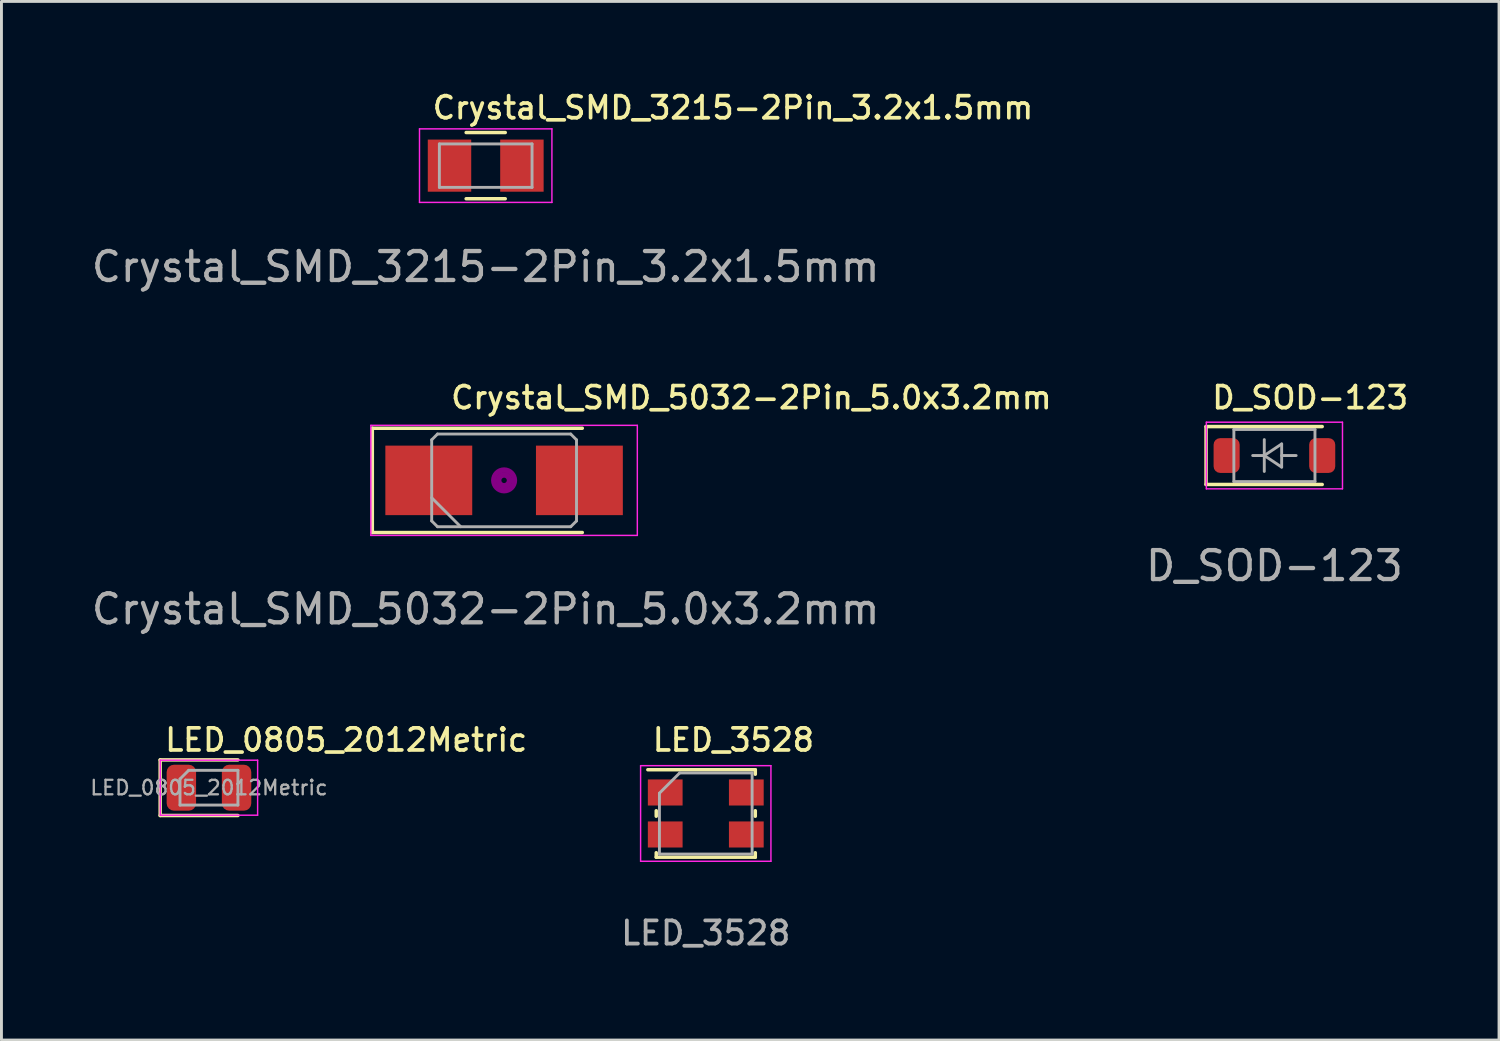
<source format=kicad_pcb>
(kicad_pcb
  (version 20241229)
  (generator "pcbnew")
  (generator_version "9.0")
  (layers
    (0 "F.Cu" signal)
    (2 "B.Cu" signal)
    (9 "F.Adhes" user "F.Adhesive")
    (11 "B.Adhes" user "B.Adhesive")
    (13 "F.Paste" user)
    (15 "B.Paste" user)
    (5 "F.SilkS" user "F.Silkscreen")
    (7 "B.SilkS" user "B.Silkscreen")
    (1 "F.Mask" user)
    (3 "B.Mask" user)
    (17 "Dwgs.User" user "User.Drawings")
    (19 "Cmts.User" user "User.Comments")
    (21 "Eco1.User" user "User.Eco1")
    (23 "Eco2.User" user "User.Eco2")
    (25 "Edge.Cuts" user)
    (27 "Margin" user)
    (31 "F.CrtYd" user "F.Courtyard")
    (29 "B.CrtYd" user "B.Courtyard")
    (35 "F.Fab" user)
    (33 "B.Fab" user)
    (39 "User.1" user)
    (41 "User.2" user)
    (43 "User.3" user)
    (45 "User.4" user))
  (footprint "Crystal_SMD_5032-2Pin_5.0x3.2mm"
    (layer "F.Cu")
    (at 14.355 13.536)
    (property "Reference" "Crystal_SMD_5032-2Pin_5.0x3.2mm" (at -1.905 -2.857 0) (layer "F.SilkS") (effects (font (size 0.762 0.762) (thickness 0.127)) (justify left)))
    (attr smd)
    (fp_line (start -4.55 -1.8) (end -4.55 1.8) (stroke (width 0.12) (type solid)) (layer "F.SilkS"))
    (fp_line (start -4.55 1.8) (end 2.7 1.8) (stroke (width 0.12) (type solid)) (layer "F.SilkS"))
    (fp_line (start 2.7 -1.8) (end -4.55 -1.8) (stroke (width 0.12) (type solid)) (layer "F.SilkS"))
    (fp_circle (center 0 0) (end 0.093 0) (stroke (width 0.187) (type solid)) (fill no) (layer "F.Adhes"))
    (fp_circle (center 0 0) (end 0.213 0) (stroke (width 0.133) (type solid)) (fill no) (layer "F.Adhes"))
    (fp_circle (center 0 0) (end 0.333 0) (stroke (width 0.133) (type solid)) (fill no) (layer "F.Adhes"))
    (fp_circle (center 0 0) (end 0.4 0) (stroke (width 0.1) (type solid)) (fill no) (layer "F.Adhes"))
    (fp_line (start -4.6 -1.9) (end -4.6 1.9) (stroke (width 0.05) (type solid)) (layer "F.CrtYd"))
    (fp_line (start -4.6 1.9) (end 4.6 1.9) (stroke (width 0.05) (type solid)) (layer "F.CrtYd"))
    (fp_line (start 4.6 -1.9) (end -4.6 -1.9) (stroke (width 0.05) (type solid)) (layer "F.CrtYd"))
    (fp_line (start 4.6 1.9) (end 4.6 -1.9) (stroke (width 0.05) (type solid)) (layer "F.CrtYd"))
    (fp_line (start -2.5 -1.4) (end -2.3 -1.6) (stroke (width 0.1) (type solid)) (layer "F.Fab"))
    (fp_line (start -2.5 0.6) (end -1.5 1.6) (stroke (width 0.1) (type solid)) (layer "F.Fab"))
    (fp_line (start -2.5 1.4) (end -2.5 -1.4) (stroke (width 0.1) (type solid)) (layer "F.Fab"))
    (fp_line (start -2.3 -1.6) (end 2.3 -1.6) (stroke (width 0.1) (type solid)) (layer "F.Fab"))
    (fp_line (start -2.3 1.6) (end -2.5 1.4) (stroke (width 0.1) (type solid)) (layer "F.Fab"))
    (fp_line (start 2.3 -1.6) (end 2.5 -1.4) (stroke (width 0.1) (type solid)) (layer "F.Fab"))
    (fp_line (start 2.3 1.6) (end -2.3 1.6) (stroke (width 0.1) (type solid)) (layer "F.Fab"))
    (fp_line (start 2.5 -1.4) (end 2.5 1.4) (stroke (width 0.1) (type solid)) (layer "F.Fab"))
    (fp_line (start 2.5 1.4) (end 2.3 1.6) (stroke (width 0.1) (type solid)) (layer "F.Fab"))
    (fp_text user "${REFERENCE}" (at -0.635 4.445 0) (layer "F.Fab") (effects (font (size 1 1) (thickness 0.15))))
    (pad "1" smd rect (at -2.6 0) (size 3 2.4) (layers "F.Cu" "F.Mask" "F.Paste"))
    (pad "2" smd rect (at 2.6 0) (size 3 2.4) (layers "F.Cu" "F.Mask" "F.Paste")))
  (footprint "LED_0805_2012Metric"
    (layer "F.Cu")
    (at 4.165 24.147)
    (property "Reference" "LED_0805_2012Metric" (at -1.587 -1.65 0) (layer "F.SilkS") (effects (font (size 0.762 0.762) (thickness 0.127)) (justify left)))
    (attr smd)
    (fp_line (start -1.685 -0.96) (end -1.685 0.96) (stroke (width 0.12) (type solid)) (layer "F.SilkS"))
    (fp_line (start -1.685 0.96) (end 1 0.96) (stroke (width 0.12) (type solid)) (layer "F.SilkS"))
    (fp_line (start 1 -0.96) (end -1.685 -0.96) (stroke (width 0.12) (type solid)) (layer "F.SilkS"))
    (fp_line (start -1.68 -0.95) (end 1.68 -0.95) (stroke (width 0.05) (type solid)) (layer "F.CrtYd"))
    (fp_line (start -1.68 0.95) (end -1.68 -0.95) (stroke (width 0.05) (type solid)) (layer "F.CrtYd"))
    (fp_line (start 1.68 -0.95) (end 1.68 0.95) (stroke (width 0.05) (type solid)) (layer "F.CrtYd"))
    (fp_line (start 1.68 0.95) (end -1.68 0.95) (stroke (width 0.05) (type solid)) (layer "F.CrtYd"))
    (fp_line (start -1 -0.3) (end -1 0.6) (stroke (width 0.1) (type solid)) (layer "F.Fab"))
    (fp_line (start -1 0.6) (end 1 0.6) (stroke (width 0.1) (type solid)) (layer "F.Fab"))
    (fp_line (start -0.7 -0.6) (end -1 -0.3) (stroke (width 0.1) (type solid)) (layer "F.Fab"))
    (fp_line (start 1 -0.6) (end -0.7 -0.6) (stroke (width 0.1) (type solid)) (layer "F.Fab"))
    (fp_line (start 1 0.6) (end 1 -0.6) (stroke (width 0.1) (type solid)) (layer "F.Fab"))
    (fp_text user "${REFERENCE}" (at 0 0 0) (layer "F.Fab") (effects (font (size 0.5 0.5) (thickness 0.08))))
    (pad "1" smd roundrect (at -0.953 0) (size 1.016 1.587) (layers "F.Cu" "F.Mask" "F.Paste") (roundrect_rratio 0.25))
    (pad "2" smd roundrect (at 0.953 0) (size 1.016 1.587) (layers "F.Cu" "F.Mask" "F.Paste") (roundrect_rratio 0.25)))
  (footprint "D_SOD-123"
    (layer "F.Cu")
    (at 40.952 12.678)
    (property "Reference" "D_SOD-123" (at -2.223 -2 0) (layer "F.SilkS") (effects (font (size 0.762 0.762) (thickness 0.127)) (justify left)))
    (attr smd)
    (fp_line (start -2.36 -1) (end -2.36 1) (stroke (width 0.12) (type solid)) (layer "F.SilkS"))
    (fp_line (start -2.36 -1) (end 1.65 -1) (stroke (width 0.12) (type solid)) (layer "F.SilkS"))
    (fp_line (start -2.36 1) (end 1.65 1) (stroke (width 0.12) (type solid)) (layer "F.SilkS"))
    (fp_line (start -2.35 -1.15) (end -2.35 1.15) (stroke (width 0.05) (type solid)) (layer "F.CrtYd"))
    (fp_line (start -2.35 -1.15) (end 2.35 -1.15) (stroke (width 0.05) (type solid)) (layer "F.CrtYd"))
    (fp_line (start 2.35 -1.15) (end 2.35 1.15) (stroke (width 0.05) (type solid)) (layer "F.CrtYd"))
    (fp_line (start 2.35 1.15) (end -2.35 1.15) (stroke (width 0.05) (type solid)) (layer "F.CrtYd"))
    (fp_line (start -1.4 -0.9) (end 1.4 -0.9) (stroke (width 0.1) (type solid)) (layer "F.Fab"))
    (fp_line (start -1.4 0.9) (end -1.4 -0.9) (stroke (width 0.1) (type solid)) (layer "F.Fab"))
    (fp_line (start -0.75 0) (end -0.35 0) (stroke (width 0.1) (type solid)) (layer "F.Fab"))
    (fp_line (start -0.35 0) (end -0.35 -0.55) (stroke (width 0.1) (type solid)) (layer "F.Fab"))
    (fp_line (start -0.35 0) (end -0.35 0.55) (stroke (width 0.1) (type solid)) (layer "F.Fab"))
    (fp_line (start -0.35 0) (end 0.25 -0.4) (stroke (width 0.1) (type solid)) (layer "F.Fab"))
    (fp_line (start 0.25 -0.4) (end 0.25 0.4) (stroke (width 0.1) (type solid)) (layer "F.Fab"))
    (fp_line (start 0.25 0) (end 0.75 0) (stroke (width 0.1) (type solid)) (layer "F.Fab"))
    (fp_line (start 0.25 0.4) (end -0.35 0) (stroke (width 0.1) (type solid)) (layer "F.Fab"))
    (fp_line (start 1.4 -0.9) (end 1.4 0.9) (stroke (width 0.1) (type solid)) (layer "F.Fab"))
    (fp_line (start 1.4 0.9) (end -1.4 0.9) (stroke (width 0.1) (type solid)) (layer "F.Fab"))
    (fp_text user "${REFERENCE}" (at 0 3.81 0) (layer "F.Fab") (effects (font (size 1 1) (thickness 0.15))))
    (pad "1" smd roundrect (at -1.65 0) (size 0.9 1.2) (layers "F.Cu" "F.Mask" "F.Paste") (roundrect_rratio 0.25))
    (pad "2" smd roundrect (at 1.65 0) (size 0.9 1.2) (layers "F.Cu" "F.Mask" "F.Paste") (roundrect_rratio 0.25)))
  (footprint "LED_3528"
    (layer "F.Cu")
    (at 21.318 25.037)
    (property "Reference" "LED_3528" (at -1.905 -2.54 0) (layer "F.SilkS") (effects (font (size 0.762 0.762) (thickness 0.127)) (justify left)))
    (attr smd)
    (fp_line (start -2 -1.51) (end 1.71 -1.51) (stroke (width 0.12) (type solid)) (layer "F.SilkS"))
    (fp_line (start -1.71 -0.095) (end -1.71 0.095) (stroke (width 0.12) (type solid)) (layer "F.SilkS"))
    (fp_line (start -1.71 1.355) (end -1.71 1.51) (stroke (width 0.12) (type solid)) (layer "F.SilkS"))
    (fp_line (start -1.71 1.51) (end 1.71 1.51) (stroke (width 0.12) (type solid)) (layer "F.SilkS"))
    (fp_line (start 1.71 -1.355) (end 1.71 -1.51) (stroke (width 0.12) (type solid)) (layer "F.SilkS"))
    (fp_line (start 1.71 -0.095) (end 1.71 0.095) (stroke (width 0.12) (type solid)) (layer "F.SilkS"))
    (fp_line (start 1.71 1.355) (end 1.71 1.51) (stroke (width 0.12) (type solid)) (layer "F.SilkS"))
    (fp_line (start -2.25 -1.65) (end -2.25 1.65) (stroke (width 0.05) (type solid)) (layer "F.CrtYd"))
    (fp_line (start -2.25 -1.65) (end 2.25 -1.65) (stroke (width 0.05) (type solid)) (layer "F.CrtYd"))
    (fp_line (start -2.25 1.65) (end 2.25 1.65) (stroke (width 0.05) (type solid)) (layer "F.CrtYd"))
    (fp_line (start 2.25 -1.65) (end 2.25 1.65) (stroke (width 0.05) (type solid)) (layer "F.CrtYd"))
    (fp_line (start -1.6 1.4) (end -1.6 -0.7) (stroke (width 0.1) (type solid)) (layer "F.Fab"))
    (fp_line (start -0.9 -1.4) (end -1.6 -0.7) (stroke (width 0.1) (type solid)) (layer "F.Fab"))
    (fp_line (start -0.9 -1.4) (end 1.6 -1.4) (stroke (width 0.1) (type solid)) (layer "F.Fab"))
    (fp_line (start 1.6 -1.4) (end 1.6 1.4) (stroke (width 0.1) (type solid)) (layer "F.Fab"))
    (fp_line (start 1.6 1.4) (end -1.6 1.4) (stroke (width 0.1) (type solid)) (layer "F.Fab"))
    (fp_text user "${REFERENCE}" (at 0 4.128 0) (layer "F.Fab") (effects (font (size 0.8 0.8) (thickness 0.13))))
    (pad "1" smd rect (at -1.4 -0.725) (size 1.2 0.9) (layers "F.Cu" "F.Mask" "F.Paste"))
    (pad "2" smd rect (at 1.4 -0.725) (size 1.2 0.9) (layers "F.Cu" "F.Mask" "F.Paste"))
    (pad "3" smd rect (at -1.4 0.725) (size 1.2 0.9) (layers "F.Cu" "F.Mask" "F.Paste"))
    (pad "4" smd rect (at 1.4 0.725) (size 1.2 0.9) (layers "F.Cu" "F.Mask" "F.Paste")))
  (footprint "Crystal_SMD_3215-2Pin_3.2x1.5mm"
    (layer "F.Cu")
    (at 13.72 2.669)
    (property "Reference" "Crystal_SMD_3215-2Pin_3.2x1.5mm" (at -1.905 -2 0) (layer "F.SilkS") (effects (font (size 0.762 0.762) (thickness 0.127)) (justify left)))
    (attr smd)
    (fp_line (start -0.675 -1.143) (end 0.675 -1.143) (stroke (width 0.12) (type solid)) (layer "F.SilkS"))
    (fp_line (start -0.675 1.143) (end 0.675 1.143) (stroke (width 0.12) (type solid)) (layer "F.SilkS"))
    (fp_line (start -2.286 -1.27) (end -2.286 1.27) (stroke (width 0.05) (type solid)) (layer "F.CrtYd"))
    (fp_line (start -2.286 -1.27) (end 2.286 -1.27) (stroke (width 0.05) (type solid)) (layer "F.CrtYd"))
    (fp_line (start -2.286 1.27) (end 2.286 1.27) (stroke (width 0.05) (type solid)) (layer "F.CrtYd"))
    (fp_line (start 2.286 -1.27) (end 2.286 1.27) (stroke (width 0.05) (type solid)) (layer "F.CrtYd"))
    (fp_line (start -1.6 -0.75) (end -1.6 0.75) (stroke (width 0.1) (type solid)) (layer "F.Fab"))
    (fp_line (start -1.6 -0.75) (end 1.6 -0.75) (stroke (width 0.1) (type solid)) (layer "F.Fab"))
    (fp_line (start -1.6 0.75) (end 1.6 0.75) (stroke (width 0.1) (type solid)) (layer "F.Fab"))
    (fp_line (start 1.6 -0.75) (end 1.6 0.75) (stroke (width 0.1) (type solid)) (layer "F.Fab"))
    (fp_text user "${REFERENCE}" (at 0 3.493 0) (layer "F.Fab") (effects (font (size 1 1) (thickness 0.15))))
    (pad "1" smd rect (at 1.25 0) (size 1.5 1.8) (layers "F.Cu" "F.Mask" "F.Paste"))
    (pad "2" smd rect (at -1.25 0) (size 1.5 1.8) (layers "F.Cu" "F.Mask" "F.Paste")))
  (gr_rect
    (start -3 -3)
    (end 48.707 32.861)
    (stroke (width 0.1) (type default))
    (fill no)
    (layer "Edge.Cuts")))
</source>
